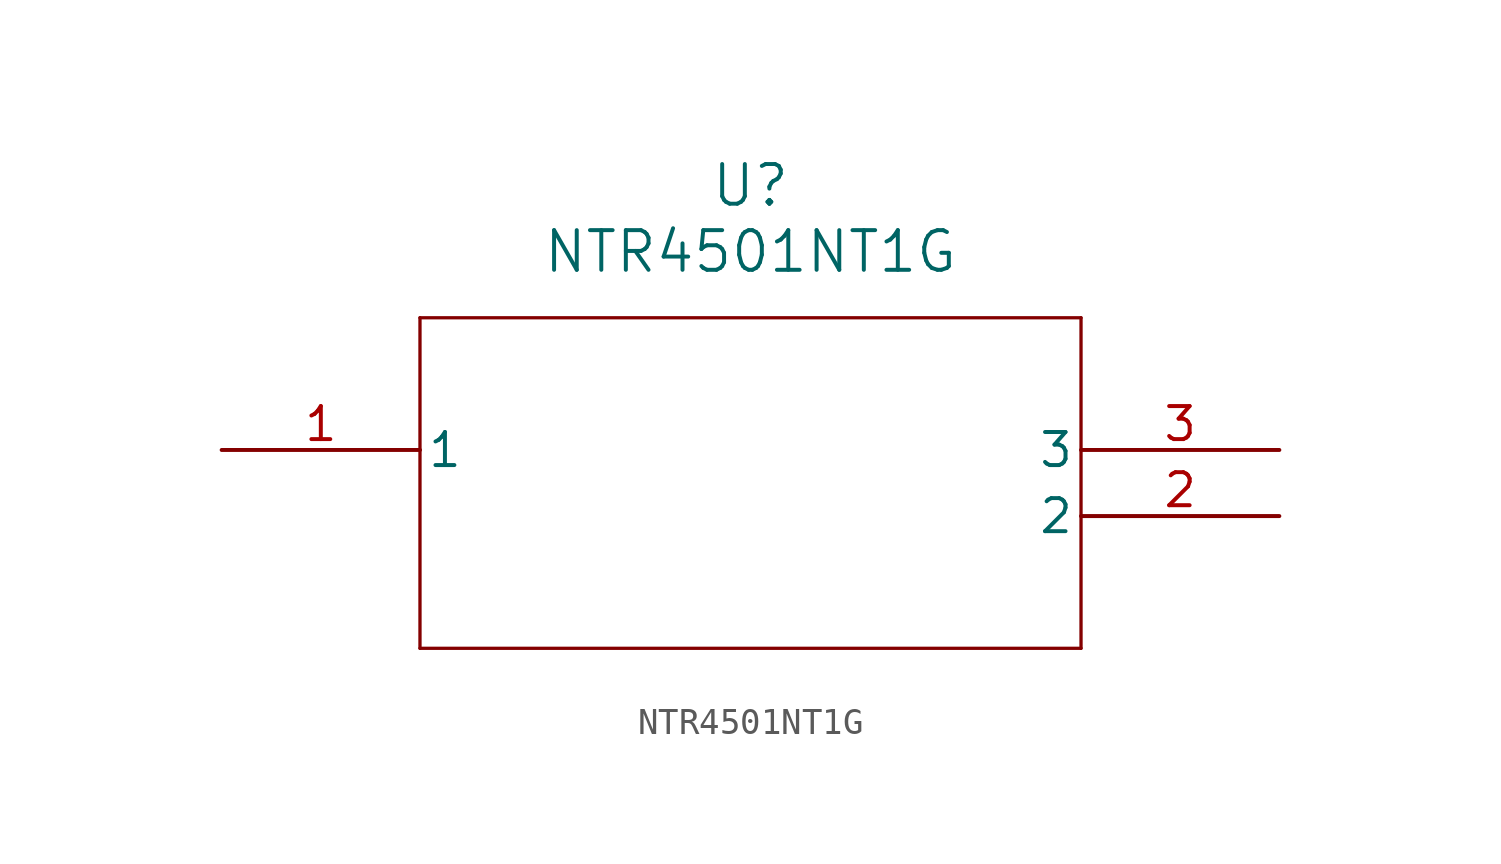
<source format=kicad_sym>
(kicad_symbol_lib
  (version 20211014)
  (generator kicad_symbol_editor)
  (symbol "NTR4501NT1G"
    (pin_names
      (offset 0.254))
    (property "Reference" "U"
      (at 20.32 10.16 0)
      (effects (font (size 1.524 1.524))))
    (property "Value" "NTR4501NT1G"
      (at 20.32 7.62 0)
      (effects (font (size 1.524 1.524))))
    (symbol "NTR4501NT1G_0_1"
      (polyline (pts (xy 7.62 5.08) (xy 7.62 -7.62)) (stroke (width 0.127) (type default) (color 0 0 0 0)) (fill (type none)))
      (polyline (pts (xy 7.62 -7.62) (xy 33.02 -7.62)) (stroke (width 0.127) (type default) (color 0 0 0 0)) (fill (type none)))
      (polyline (pts (xy 33.02 -7.62) (xy 33.02 5.08)) (stroke (width 0.127) (type default) (color 0 0 0 0)) (fill (type none)))
      (polyline (pts (xy 33.02 5.08) (xy 7.62 5.08)) (stroke (width 0.127) (type default) (color 0 0 0 0)) (fill (type none)))
      (pin unspecified line (at 0 0 0) (length 7.62) (name "1" (effects (font (size 1.27 1.27)))) (number "1" (effects (font (size 1.27 1.27)))))
      (pin unspecified line (at 40.64 -2.54 180) (length 7.62) (name "2" (effects (font (size 1.27 1.27)))) (number "2" (effects (font (size 1.27 1.27)))))
      (pin unspecified line (at 40.64 0 180) (length 7.62) (name "3" (effects (font (size 1.27 1.27)))) (number "3" (effects (font (size 1.27 1.27))))))))
</source>
